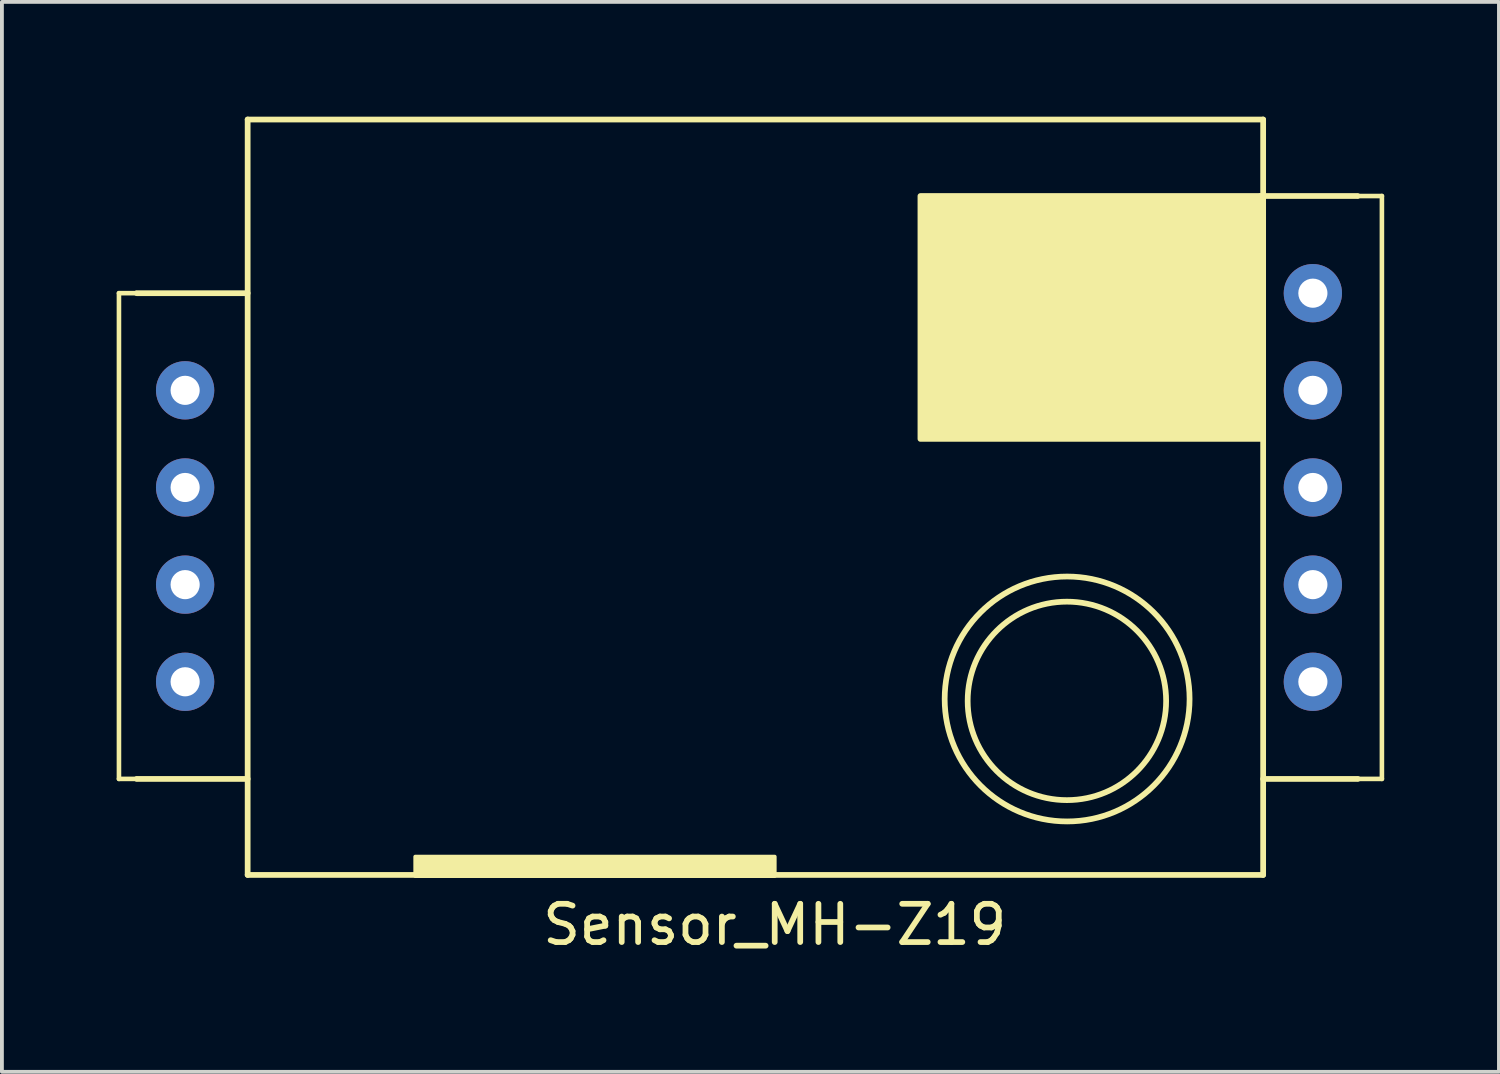
<source format=kicad_pcb>
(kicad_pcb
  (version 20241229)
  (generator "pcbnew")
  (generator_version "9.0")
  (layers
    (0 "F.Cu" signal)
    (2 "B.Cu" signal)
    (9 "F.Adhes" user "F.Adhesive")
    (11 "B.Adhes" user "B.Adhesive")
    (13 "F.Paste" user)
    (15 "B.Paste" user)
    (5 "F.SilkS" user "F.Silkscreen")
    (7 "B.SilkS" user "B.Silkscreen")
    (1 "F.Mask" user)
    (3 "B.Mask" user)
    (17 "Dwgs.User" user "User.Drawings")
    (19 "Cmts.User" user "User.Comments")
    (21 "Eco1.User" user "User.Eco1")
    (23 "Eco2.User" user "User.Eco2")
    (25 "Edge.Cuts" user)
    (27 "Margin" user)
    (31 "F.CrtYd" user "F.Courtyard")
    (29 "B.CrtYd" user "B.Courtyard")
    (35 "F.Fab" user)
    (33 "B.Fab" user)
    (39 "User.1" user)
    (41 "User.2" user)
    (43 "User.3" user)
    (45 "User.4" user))
  (footprint "Sensor_MH-Z19"
    (layer "F.Cu")
    (at 31.175 2.075)
    (property "Reference" "Sensor_MH-Z19" (at -13.97 19.05 0) (layer "F.SilkS") (effects (font (size 1 1) (thickness 0.15))))
    (attr through_hole)
    (fp_line (start -31.115 2.54) (end -30.65 2.54) (stroke (width 0.12) (type solid)) (layer "F.SilkS"))
    (fp_line (start -31.115 15.24) (end -31.115 2.54) (stroke (width 0.12) (type solid)) (layer "F.SilkS"))
    (fp_line (start -30.65 15.24) (end -31.115 15.24) (stroke (width 0.12) (type solid)) (layer "F.SilkS"))
    (fp_line (start -30.65 15.24) (end -27.75 15.24) (stroke (width 0.15) (type solid)) (layer "F.SilkS"))
    (fp_line (start -27.75 -2) (end -27.75 17.75) (stroke (width 0.15) (type solid)) (layer "F.SilkS"))
    (fp_line (start -27.75 2.54) (end -30.65 2.54) (stroke (width 0.15) (type solid)) (layer "F.SilkS"))
    (fp_line (start -27.75 17.75) (end -1.2 17.75) (stroke (width 0.15) (type solid)) (layer "F.SilkS"))
    (fp_line (start -1.27 0) (end 1.27 0) (stroke (width 0.15) (type solid)) (layer "F.SilkS"))
    (fp_line (start -1.2 -2) (end -27.75 -2) (stroke (width 0.15) (type solid)) (layer "F.SilkS"))
    (fp_line (start -1.2 17.75) (end -1.2 -2) (stroke (width 0.15) (type solid)) (layer "F.SilkS"))
    (fp_line (start 1.27 15.24) (end 1.905 15.24) (stroke (width 0.12) (type solid)) (layer "F.SilkS"))
    (fp_line (start 1.275 15.24) (end -1.2 15.24) (stroke (width 0.15) (type solid)) (layer "F.SilkS"))
    (fp_line (start 1.905 0) (end 1.27 0) (stroke (width 0.12) (type solid)) (layer "F.SilkS"))
    (fp_line (start 1.905 15.24) (end 1.905 0) (stroke (width 0.12) (type solid)) (layer "F.SilkS"))
    (fp_circle (center -6.331 13.2) (end -8.531 11.825) (stroke (width 0.15) (type solid)) (fill no) (layer "F.SilkS"))
    (fp_circle (center -6.325 13.15) (end -9.425 12.35) (stroke (width 0.15) (type solid)) (fill no) (layer "F.SilkS"))
    (fp_poly (pts (xy -13.97 17.78) (xy -23.368 17.78) (xy -23.368 17.272) (xy -13.97 17.272)) (stroke (width 0.1) (type solid)) (fill yes) (layer "F.SilkS"))
    (fp_poly (pts (xy -10.16 0) (xy -10.16 6.35) (xy -1.27 6.35) (xy -1.27 0)) (stroke (width 0.15) (type solid)) (fill yes) (layer "F.SilkS"))
    (pad "" thru_hole circle (at -29.385 7.62) (size 1.524 1.524) (drill 0.762) (layers "*.Cu" "*.Mask"))
    (pad "" thru_hole circle (at 0.1 5.08) (size 1.524 1.524) (drill 0.762) (layers "*.Cu" "*.Mask"))
    (pad "1" thru_hole circle (at -29.385 12.7) (size 1.524 1.524) (drill 0.762) (layers "*.Cu" "*.Mask"))
    (pad "2" thru_hole circle (at -29.385 10.16) (size 1.524 1.524) (drill 0.762) (layers "*.Cu" "*.Mask"))
    (pad "3" thru_hole circle (at 0.1 12.7) (size 1.524 1.524) (drill 0.762) (layers "*.Cu" "*.Mask"))
    (pad "4" thru_hole circle (at -29.385 5.08) (size 1.524 1.524) (drill 0.762) (layers "*.Cu" "*.Mask"))
    (pad "5" thru_hole circle (at 0.1 2.54) (size 1.524 1.524) (drill 0.762) (layers "*.Cu" "*.Mask"))
    (pad "6" thru_hole circle (at 0.1 10.16) (size 1.524 1.524) (drill 0.762) (layers "*.Cu" "*.Mask"))
    (pad "7" thru_hole circle (at 0.1 7.62) (size 1.524 1.524) (drill 0.762) (layers "*.Cu" "*.Mask")))
  (gr_rect
    (start -3 -3)
    (end 36.14 24.973)
    (stroke (width 0.1) (type default))
    (fill no)
    (layer "Edge.Cuts")))
</source>
